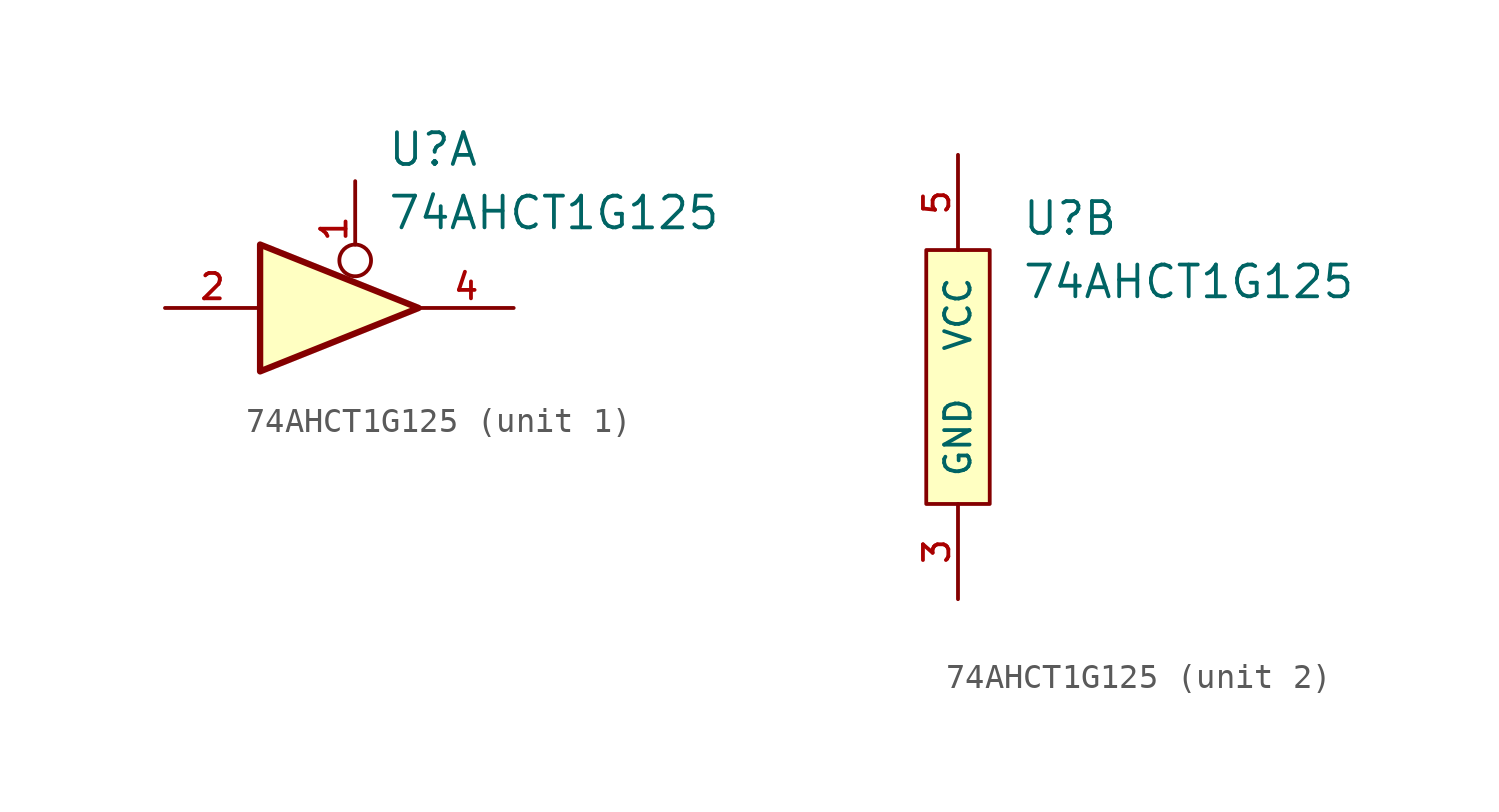
<source format=kicad_sym>
(kicad_symbol_lib
  (version 20220914)
  (generator kicad_symbol_editor)
  (symbol "74AHCT1G125"
    (pin_names
      (offset 1.016))
    (property "Reference" "U"
      (at 2.54 6.35 0)
      (effects (font (size 1.27 1.27)) (justify left)))
    (property "Value" "74AHCT1G125"
      (at 2.54 3.81 0)
      (effects (font (size 1.27 1.27)) (justify left)))
    (property "ki_locked" ""
      (at 0 0 0)
      (effects (font (size 1.27 1.27))))
    (symbol "74AHCT1G125_1_1"
      (polyline (pts (xy -2.54 2.54) (xy -2.54 -2.54) (xy 3.81 0) (xy -2.54 2.54)) (stroke (width 0.254) (type default)) (fill (type background)))
      (pin input inverted (at 1.27 5.08 270) (length 3.81) (name "~" (effects (font (size 1.016 1.016)))) (number "1" (effects (font (size 1.016 1.016)))))
      (pin input line (at -6.35 0 0) (length 3.81) (name "~" (effects (font (size 1.016 1.016)))) (number "2" (effects (font (size 1.016 1.016)))))
      (pin tri_state line (at 7.62 0 180) (length 3.81) (name "~" (effects (font (size 1.016 1.016)))) (number "4" (effects (font (size 1.016 1.016))))))
    (symbol "74AHCT1G125_2_1"
      (rectangle (start 1.27 -5.08) (end -1.27 5.08) (stroke (width 0.152) (type default)) (fill (type background)))
      (pin power_in line (at 0 -8.89 90) (length 3.81) (name "GND" (effects (font (size 1.016 1.016)))) (number "3" (effects (font (size 1.016 1.016)))))
      (pin power_in line (at 0 8.89 270) (length 3.81) (name "VCC" (effects (font (size 1.016 1.016)))) (number "5" (effects (font (size 1.016 1.016))))))))
</source>
